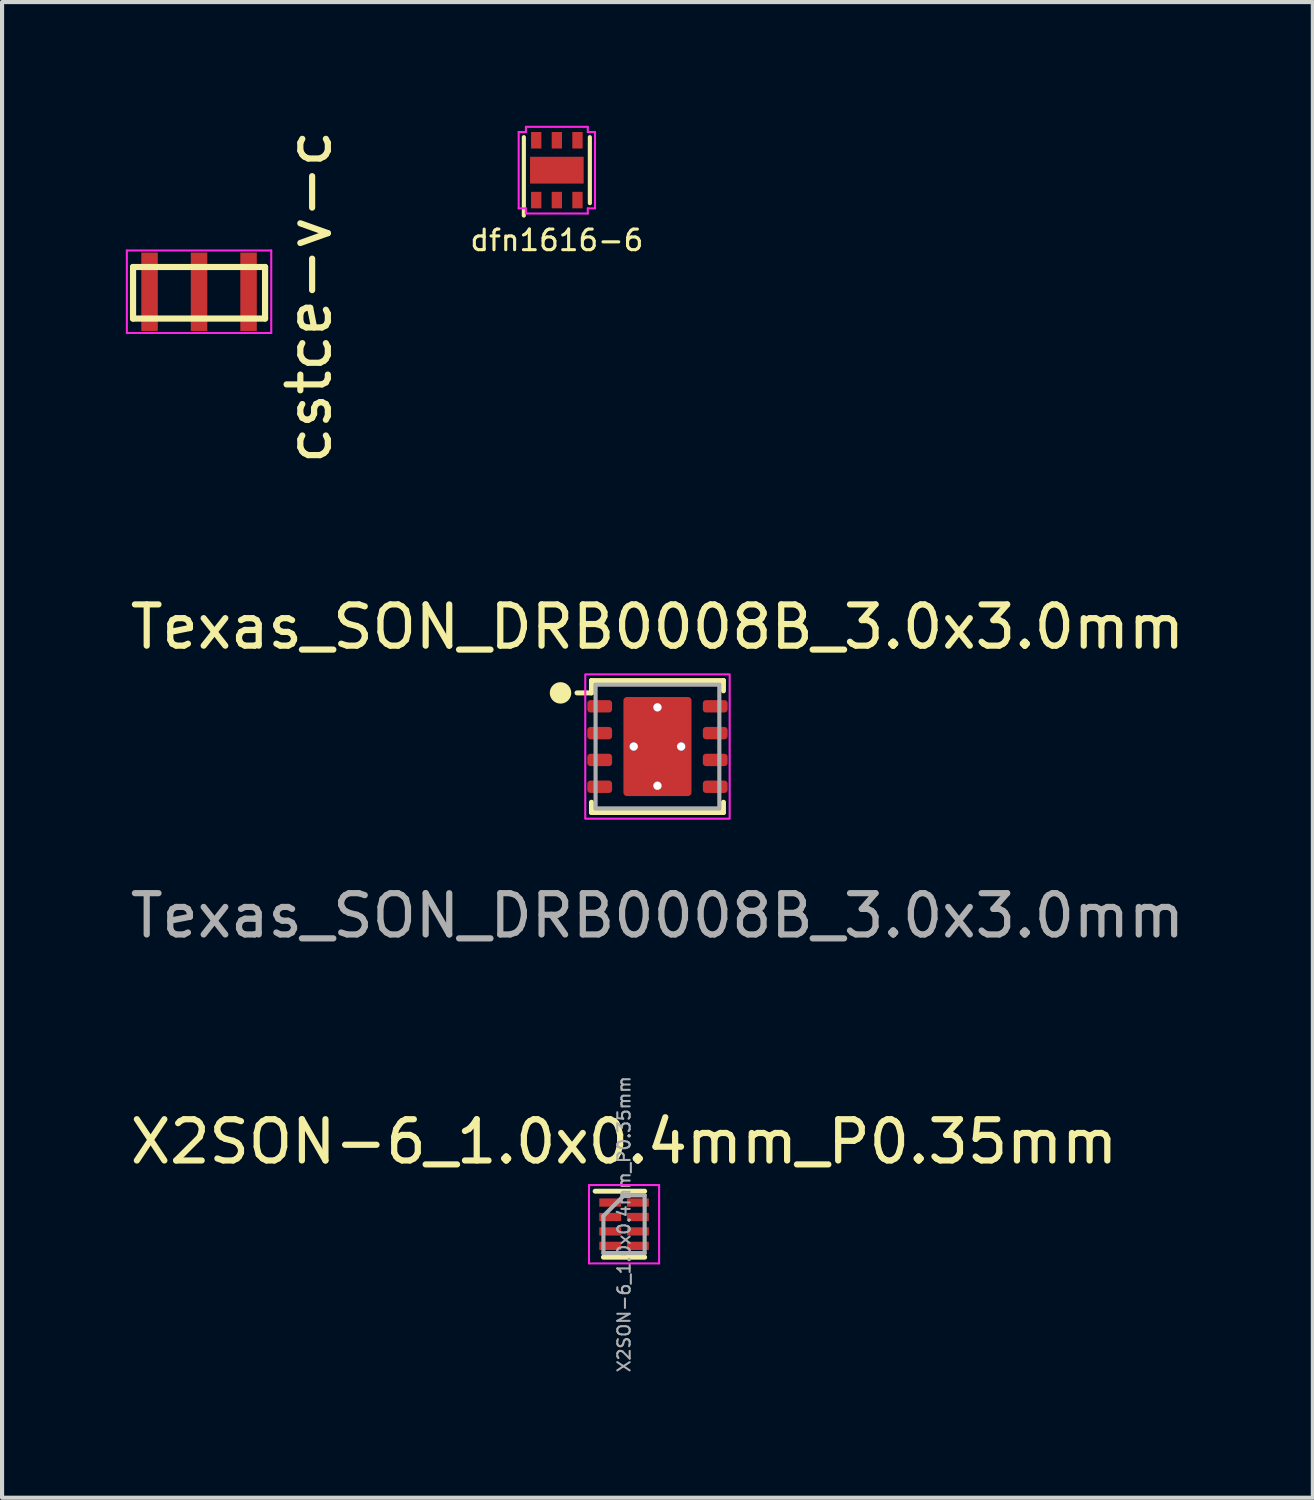
<source format=kicad_pcb>
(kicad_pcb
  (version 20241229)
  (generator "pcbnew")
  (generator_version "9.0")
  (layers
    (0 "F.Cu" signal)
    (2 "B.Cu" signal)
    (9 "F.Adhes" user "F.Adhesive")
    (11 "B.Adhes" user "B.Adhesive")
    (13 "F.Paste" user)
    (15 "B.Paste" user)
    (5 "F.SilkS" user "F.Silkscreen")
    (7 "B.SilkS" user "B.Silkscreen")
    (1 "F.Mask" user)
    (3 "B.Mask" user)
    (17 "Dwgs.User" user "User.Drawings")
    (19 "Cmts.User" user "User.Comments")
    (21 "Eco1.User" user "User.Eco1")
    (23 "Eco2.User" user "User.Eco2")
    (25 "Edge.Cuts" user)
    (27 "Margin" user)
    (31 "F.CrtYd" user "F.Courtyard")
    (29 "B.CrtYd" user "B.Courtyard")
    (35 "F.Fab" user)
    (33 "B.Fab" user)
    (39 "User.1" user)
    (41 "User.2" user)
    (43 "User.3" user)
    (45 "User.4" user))
  (footprint "cstce-v-c"
    (layer "F.Cu")
    (at 1.775 4.022)
    (property "Reference" "cstce-v-c" (at 2.667 0.127 90) (layer "F.SilkS") (effects (font (size 1 1) (thickness 0.15))))
    (attr through_hole)
    (fp_line (start -1.6 -0.6) (end -1.6 0.65) (stroke (width 0.15) (type solid)) (layer "F.SilkS"))
    (fp_line (start -1.6 -0.6) (end 1.6 -0.6) (stroke (width 0.15) (type solid)) (layer "F.SilkS"))
    (fp_line (start 1.6 -0.6) (end 1.6 0.65) (stroke (width 0.15) (type solid)) (layer "F.SilkS"))
    (fp_line (start 1.6 0.65) (end -1.6 0.65) (stroke (width 0.15) (type solid)) (layer "F.SilkS"))
    (fp_line (start -1.75 -1) (end 1.75 -1) (stroke (width 0.05) (type solid)) (layer "F.CrtYd"))
    (fp_line (start -1.75 1) (end -1.75 -1) (stroke (width 0.05) (type solid)) (layer "F.CrtYd"))
    (fp_line (start 1.75 -1) (end 1.75 1) (stroke (width 0.05) (type solid)) (layer "F.CrtYd"))
    (fp_line (start 1.75 1) (end -1.75 1) (stroke (width 0.05) (type solid)) (layer "F.CrtYd"))
    (pad "1" smd rect (at -1.2 0) (size 0.4 1.9) (layers "F.Cu" "F.Mask" "F.Paste"))
    (pad "2" smd rect (at 0 0) (size 0.4 1.9) (layers "F.Cu" "F.Mask" "F.Paste"))
    (pad "3" smd rect (at 1.2 0) (size 0.4 1.9) (layers "F.Cu" "F.Mask" "F.Paste")))
  (footprint "dfn1616-6"
    (layer "F.Cu")
    (at 10.448 1.075)
    (property "Reference" "dfn1616-6" (at 0 1.7 0) (layer "F.SilkS") (effects (font (size 0.5 0.5) (thickness 0.075))))
    (attr through_hole)
    (fp_line (start -0.8 -0.8) (end -0.8 1.1) (stroke (width 0.1) (type solid)) (layer "F.SilkS"))
    (fp_line (start 0.8 -0.8) (end 0.8 0.8) (stroke (width 0.1) (type solid)) (layer "F.SilkS"))
    (fp_line (start -0.925 -0.925) (end -0.925 0.925) (stroke (width 0.05) (type solid)) (layer "F.CrtYd"))
    (fp_line (start -0.925 -0.925) (end -0.75 -0.925) (stroke (width 0.05) (type solid)) (layer "F.CrtYd"))
    (fp_line (start -0.925 0.925) (end -0.75 0.925) (stroke (width 0.05) (type solid)) (layer "F.CrtYd"))
    (fp_line (start -0.75 -1.05) (end 0.75 -1.05) (stroke (width 0.05) (type solid)) (layer "F.CrtYd"))
    (fp_line (start -0.75 -0.925) (end -0.75 -1.05) (stroke (width 0.05) (type solid)) (layer "F.CrtYd"))
    (fp_line (start -0.75 0.925) (end -0.75 1.05) (stroke (width 0.05) (type solid)) (layer "F.CrtYd"))
    (fp_line (start -0.75 1.05) (end 0.75 1.05) (stroke (width 0.05) (type solid)) (layer "F.CrtYd"))
    (fp_line (start 0.75 -1.05) (end 0.75 -0.925) (stroke (width 0.05) (type solid)) (layer "F.CrtYd"))
    (fp_line (start 0.75 -0.925) (end 0.925 -0.925) (stroke (width 0.05) (type solid)) (layer "F.CrtYd"))
    (fp_line (start 0.75 0.925) (end 0.925 0.925) (stroke (width 0.05) (type solid)) (layer "F.CrtYd"))
    (fp_line (start 0.75 1.05) (end 0.75 0.925) (stroke (width 0.05) (type solid)) (layer "F.CrtYd"))
    (fp_line (start 0.925 -0.925) (end 0.925 0.925) (stroke (width 0.05) (type solid)) (layer "F.CrtYd"))
    (pad "1" smd rect (at -0.5 0.725) (size 0.25 0.4) (layers "F.Cu" "F.Mask" "F.Paste"))
    (pad "2" smd rect (at 0 0.725) (size 0.25 0.4) (layers "F.Cu" "F.Mask" "F.Paste"))
    (pad "3" smd rect (at 0.5 0.725) (size 0.25 0.4) (layers "F.Cu" "F.Mask" "F.Paste"))
    (pad "4" smd rect (at -0.5 -0.725) (size 0.25 0.4) (layers "F.Cu" "F.Mask" "F.Paste"))
    (pad "5" smd rect (at 0 -0.725) (size 0.25 0.4) (layers "F.Cu" "F.Mask" "F.Paste"))
    (pad "6" smd rect (at 0.5 -0.725) (size 0.25 0.4) (layers "F.Cu" "F.Mask" "F.Paste"))
    (pad "7" smd rect (at 0 0) (size 1.3 0.65) (layers "F.Cu" "F.Mask" "F.Paste")))
  (footprint "Texas_SON_DRB0008B_3.0x3.0mm"
    (layer "F.Cu")
    (at 12.887 15.046)
    (property "Reference" "Texas_SON_DRB0008B_3.0x3.0mm" (at 0 -2.9 0) (unlocked yes) (layer "F.SilkS") (effects (font (size 1 1) (thickness 0.15))))
    (attr smd)
    (fp_line (start -1.95 -1.3) (end -1.6 -1.3) (stroke (width 0.12) (type default)) (layer "F.SilkS"))
    (fp_line (start -1.6 -1.6) (end 1.6 -1.6) (stroke (width 0.12) (type default)) (layer "F.SilkS"))
    (fp_line (start -1.6 -1.3) (end -1.6 -1.6) (stroke (width 0.12) (type default)) (layer "F.SilkS"))
    (fp_line (start -1.6 1.35) (end -1.6 1.6) (stroke (width 0.12) (type default)) (layer "F.SilkS"))
    (fp_line (start -1.6 1.6) (end 1.6 1.6) (stroke (width 0.12) (type default)) (layer "F.SilkS"))
    (fp_line (start 1.6 -1.6) (end 1.6 -1.35) (stroke (width 0.12) (type default)) (layer "F.SilkS"))
    (fp_line (start 1.6 1.6) (end 1.6 1.35) (stroke (width 0.12) (type default)) (layer "F.SilkS"))
    (fp_circle (center -2.35 -1.3) (end -2.15 -1.3) (stroke (width 0.12) (type solid)) (fill yes) (layer "F.SilkS"))
    (fp_rect (start -0.68 -1.1) (end 0.68 -0.15) (stroke (width 0.1) (type solid)) (fill yes) (layer "F.Paste"))
    (fp_rect (start -0.68 0.15) (end 0.68 1.1) (stroke (width 0.1) (type solid)) (fill yes) (layer "F.Paste"))
    (fp_rect (start -1.75 -1.75) (end 1.75 1.75) (stroke (width 0.05) (type default)) (fill no) (layer "F.CrtYd"))
    (fp_rect (start -1.5 -1.5) (end 1.5 1.5) (stroke (width 0.1) (type default)) (fill no) (layer "F.Fab"))
    (fp_text user "${REFERENCE}" (at 0 4.1 0) (unlocked yes) (layer "F.Fab") (effects (font (size 1 1) (thickness 0.15))))
    (pad "1" smd roundrect (at -1.4 -0.975) (size 0.6 0.3) (layers "F.Cu" "F.Mask" "F.Paste") (roundrect_rratio 0.25))
    (pad "2" smd roundrect (at -1.4 -0.325) (size 0.6 0.3) (layers "F.Cu" "F.Mask" "F.Paste") (roundrect_rratio 0.25))
    (pad "3" smd roundrect (at -1.4 0.325) (size 0.6 0.3) (layers "F.Cu" "F.Mask" "F.Paste") (roundrect_rratio 0.25))
    (pad "4" smd roundrect (at -1.4 0.975) (size 0.6 0.3) (layers "F.Cu" "F.Mask" "F.Paste") (roundrect_rratio 0.25))
    (pad "5" smd roundrect (at 1.4 0.975) (size 0.6 0.3) (layers "F.Cu" "F.Mask" "F.Paste") (roundrect_rratio 0.25))
    (pad "6" smd roundrect (at 1.4 0.325) (size 0.6 0.3) (layers "F.Cu" "F.Mask" "F.Paste") (roundrect_rratio 0.25))
    (pad "7" smd roundrect (at 1.4 -0.325) (size 0.6 0.3) (layers "F.Cu" "F.Mask" "F.Paste") (roundrect_rratio 0.25))
    (pad "8" smd roundrect (at 1.4 -0.975) (size 0.6 0.3) (layers "F.Cu" "F.Mask" "F.Paste") (roundrect_rratio 0.25))
    (pad "9" thru_hole circle (at -0.575 0) (size 0.2 0.2) (drill 0.2) (layers "*.Cu"))
    (pad "9" thru_hole circle (at 0 -0.95) (size 0.2 0.2) (drill 0.2) (layers "*.Cu"))
    (pad "9" smd roundrect (at 0 0) (size 1.65 2.4) (layers "F.Cu" "F.Mask") (roundrect_rratio 0.05))
    (pad "9" thru_hole circle (at 0 0.95) (size 0.2 0.2) (drill 0.2) (layers "*.Cu"))
    (pad "9" thru_hole circle (at 0.575 0) (size 0.2 0.2) (drill 0.2) (layers "*.Cu")))
  (footprint "X2SON-6_1.0x0.4mm_P0.35mm"
    (layer "F.Cu")
    (at 12.077 26.625)
    (property "Reference" "X2SON-6_1.0x0.4mm_P0.35mm" (at 0 -2 0) (layer "F.SilkS") (effects (font (size 1 1) (thickness 0.15))))
    (attr smd)
    (fp_line (start 0.5 -0.8) (end -0.7 -0.8) (stroke (width 0.12) (type solid)) (layer "F.SilkS"))
    (fp_line (start 0.5 0.8) (end -0.5 0.8) (stroke (width 0.12) (type solid)) (layer "F.SilkS"))
    (fp_line (start -0.85 -0.95) (end 0.85 -0.95) (stroke (width 0.05) (type solid)) (layer "F.CrtYd"))
    (fp_line (start -0.85 0.95) (end -0.85 -0.95) (stroke (width 0.05) (type solid)) (layer "F.CrtYd"))
    (fp_line (start 0.85 -0.95) (end 0.85 0.95) (stroke (width 0.05) (type solid)) (layer "F.CrtYd"))
    (fp_line (start 0.85 0.95) (end -0.85 0.95) (stroke (width 0.05) (type solid)) (layer "F.CrtYd"))
    (fp_line (start -0.5 0.7) (end -0.5 -0.2) (stroke (width 0.1) (type solid)) (layer "F.Fab"))
    (fp_line (start 0 -0.7) (end -0.5 -0.2) (stroke (width 0.1) (type solid)) (layer "F.Fab"))
    (fp_line (start 0 -0.7) (end 0.5 -0.7) (stroke (width 0.1) (type solid)) (layer "F.Fab"))
    (fp_line (start 0.5 -0.7) (end 0.5 0.7) (stroke (width 0.1) (type solid)) (layer "F.Fab"))
    (fp_line (start 0.5 0.7) (end -0.5 0.7) (stroke (width 0.1) (type solid)) (layer "F.Fab"))
    (fp_text user "${REFERENCE}" (at 0 0 90) (layer "F.Fab") (effects (font (size 0.3 0.3) (thickness 0.05))))
    (pad "1" smd rect (at -0.335 -0.525 270) (size 0.2 0.53) (layers "F.Cu" "F.Mask" "F.Paste"))
    (pad "2" smd rect (at -0.335 -0.175 270) (size 0.2 0.53) (layers "F.Cu" "F.Mask" "F.Paste"))
    (pad "3" smd rect (at -0.335 0.175 270) (size 0.2 0.53) (layers "F.Cu" "F.Mask" "F.Paste"))
    (pad "4" smd rect (at -0.335 0.525 270) (size 0.2 0.53) (layers "F.Cu" "F.Mask" "F.Paste"))
    (pad "5" smd rect (at 0.335 0.525 270) (size 0.2 0.53) (layers "F.Cu" "F.Mask" "F.Paste"))
    (pad "6" smd rect (at 0.335 0.175 270) (size 0.2 0.53) (layers "F.Cu" "F.Mask" "F.Paste"))
    (pad "7" smd rect (at 0.335 -0.175 270) (size 0.2 0.53) (layers "F.Cu" "F.Mask" "F.Paste"))
    (pad "8" smd rect (at 0.335 -0.525 270) (size 0.2 0.53) (layers "F.Cu" "F.Mask" "F.Paste")))
  (gr_rect
    (start -3 -3)
    (end 28.774 33.256)
    (stroke (width 0.1) (type default))
    (fill no)
    (layer "Edge.Cuts")))
</source>
